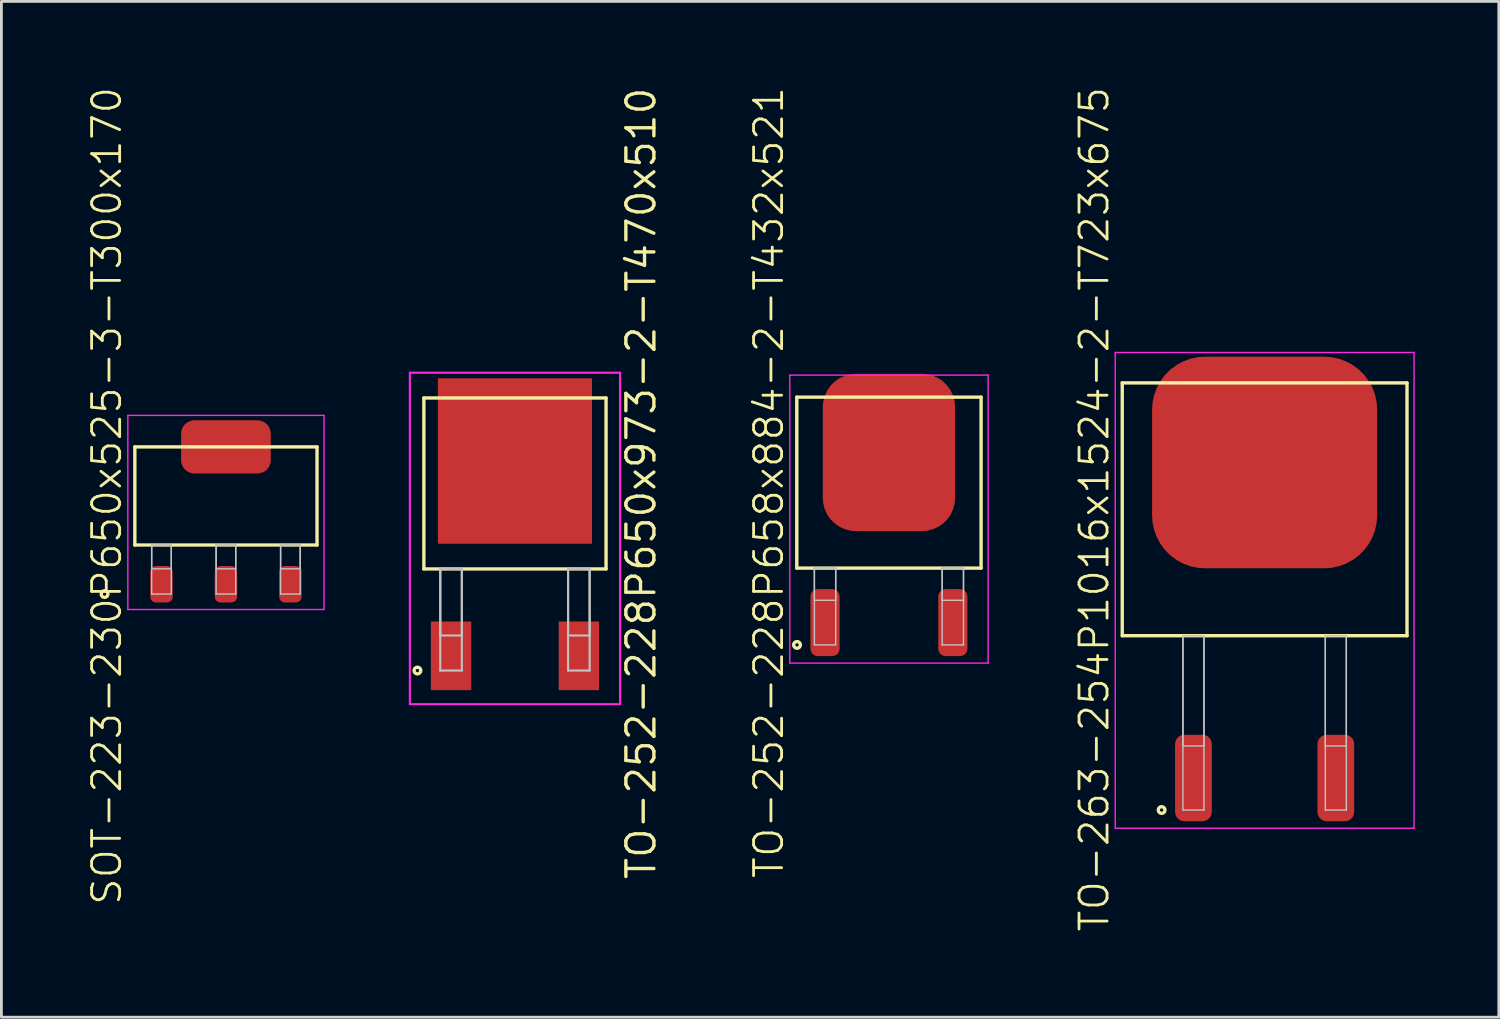
<source format=kicad_pcb>
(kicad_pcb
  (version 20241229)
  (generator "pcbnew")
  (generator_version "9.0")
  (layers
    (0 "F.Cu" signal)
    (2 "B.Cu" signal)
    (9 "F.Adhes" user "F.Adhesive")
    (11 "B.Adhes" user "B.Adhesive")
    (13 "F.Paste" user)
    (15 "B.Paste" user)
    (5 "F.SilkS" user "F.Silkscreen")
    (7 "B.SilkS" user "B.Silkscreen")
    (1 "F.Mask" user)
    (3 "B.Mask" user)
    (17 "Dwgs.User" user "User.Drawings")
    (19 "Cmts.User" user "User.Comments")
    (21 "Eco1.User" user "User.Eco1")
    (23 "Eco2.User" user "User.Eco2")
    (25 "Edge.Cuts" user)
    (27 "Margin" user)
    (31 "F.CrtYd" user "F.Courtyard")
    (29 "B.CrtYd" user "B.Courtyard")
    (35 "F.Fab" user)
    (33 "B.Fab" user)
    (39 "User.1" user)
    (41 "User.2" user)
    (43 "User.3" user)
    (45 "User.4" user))
  (footprint "TO-263-254P1016x1524-2-T723x675"
    (layer "F.Cu")
    (at 42.07 15.121)
    (property "Reference" "TO-263-254P1016x1524-2-T723x675" (at -6.08 0 90) (layer "F.SilkS") (effects (font (size 1 1) (thickness 0.1))))
    (attr through_hole)
    (fp_line (start -5.08 -4.51) (end -5.08 4.51) (stroke (width 0.12) (type solid)) (layer "F.SilkS"))
    (fp_line (start -5.08 4.51) (end 5.08 4.51) (stroke (width 0.12) (type solid)) (layer "F.SilkS"))
    (fp_line (start 5.08 -4.51) (end -5.08 -4.51) (stroke (width 0.12) (type solid)) (layer "F.SilkS"))
    (fp_line (start 5.08 4.51) (end 5.08 -4.51) (stroke (width 0.12) (type solid)) (layer "F.SilkS"))
    (fp_circle (center -3.675 10.73) (end -3.555 10.73) (stroke (width 0.12) (type solid)) (fill no) (layer "F.SilkS"))
    (fp_line (start -2.915 4.51) (end -2.915 8.445) (stroke (width 0.05) (type solid)) (layer "Dwgs.User"))
    (fp_line (start -2.915 4.51) (end -2.915 10.73) (stroke (width 0.05) (type solid)) (layer "Dwgs.User"))
    (fp_line (start -2.915 8.445) (end -2.165 8.445) (stroke (width 0.05) (type solid)) (layer "Dwgs.User"))
    (fp_line (start -2.915 10.73) (end -2.165 10.73) (stroke (width 0.05) (type solid)) (layer "Dwgs.User"))
    (fp_line (start -2.165 4.51) (end -2.915 4.51) (stroke (width 0.05) (type solid)) (layer "Dwgs.User"))
    (fp_line (start -2.165 4.51) (end -2.915 4.51) (stroke (width 0.05) (type solid)) (layer "Dwgs.User"))
    (fp_line (start -2.165 8.445) (end -2.165 4.51) (stroke (width 0.05) (type solid)) (layer "Dwgs.User"))
    (fp_line (start -2.165 10.73) (end -2.165 4.51) (stroke (width 0.05) (type solid)) (layer "Dwgs.User"))
    (fp_line (start 2.165 4.51) (end 2.165 8.445) (stroke (width 0.05) (type solid)) (layer "Dwgs.User"))
    (fp_line (start 2.165 4.51) (end 2.165 10.73) (stroke (width 0.05) (type solid)) (layer "Dwgs.User"))
    (fp_line (start 2.165 8.445) (end 2.915 8.445) (stroke (width 0.05) (type solid)) (layer "Dwgs.User"))
    (fp_line (start 2.165 10.73) (end 2.915 10.73) (stroke (width 0.05) (type solid)) (layer "Dwgs.User"))
    (fp_line (start 2.915 4.51) (end 2.165 4.51) (stroke (width 0.05) (type solid)) (layer "Dwgs.User"))
    (fp_line (start 2.915 4.51) (end 2.165 4.51) (stroke (width 0.05) (type solid)) (layer "Dwgs.User"))
    (fp_line (start 2.915 8.445) (end 2.915 4.51) (stroke (width 0.05) (type solid)) (layer "Dwgs.User"))
    (fp_line (start 2.915 10.73) (end 2.915 4.51) (stroke (width 0.05) (type solid)) (layer "Dwgs.User"))
    (fp_line (start -5.33 -5.595) (end -5.33 11.38) (stroke (width 0.05) (type solid)) (layer "F.CrtYd"))
    (fp_line (start -5.33 11.38) (end 5.33 11.38) (stroke (width 0.05) (type solid)) (layer "F.CrtYd"))
    (fp_line (start 5.33 -5.595) (end -5.33 -5.595) (stroke (width 0.05) (type solid)) (layer "F.CrtYd"))
    (fp_line (start 5.33 11.38) (end 5.33 -5.595) (stroke (width 0.05) (type solid)) (layer "F.CrtYd"))
    (pad "1" smd roundrect (at -2.54 9.587) (size 1.31 3.085) (layers "F.Cu" "F.Mask" "F.Paste") (roundrect_rratio 0.25))
    (pad "2" smd roundrect (at 2.54 9.587) (size 1.31 3.085) (layers "F.Cu" "F.Mask" "F.Paste") (roundrect_rratio 0.25))
    (pad "3" smd roundrect (at 0 -1.67) (size 8.03 7.55) (layers "F.Cu" "F.Mask" "F.Paste") (roundrect_rratio 0.25)))
  (footprint "TO-252-228P658x884-2-T432x521"
    (layer "F.Cu")
    (at 28.666 14.169)
    (property "Reference" "TO-252-228P658x884-2-T432x521" (at -4.287 0 90) (layer "F.SilkS") (effects (font (size 1 1) (thickness 0.1))))
    (attr through_hole)
    (fp_line (start -3.288 -3.05) (end -3.288 3.05) (stroke (width 0.12) (type solid)) (layer "F.SilkS"))
    (fp_line (start -3.288 3.05) (end 3.288 3.05) (stroke (width 0.12) (type solid)) (layer "F.SilkS"))
    (fp_line (start 3.288 -3.05) (end -3.288 -3.05) (stroke (width 0.12) (type solid)) (layer "F.SilkS"))
    (fp_line (start 3.288 3.05) (end 3.288 -3.05) (stroke (width 0.12) (type solid)) (layer "F.SilkS"))
    (fp_circle (center -3.28 5.79) (end -3.16 5.79) (stroke (width 0.12) (type solid)) (fill no) (layer "F.SilkS"))
    (fp_line (start -2.66 3.05) (end -2.66 4.2) (stroke (width 0.05) (type solid)) (layer "Dwgs.User"))
    (fp_line (start -2.66 3.05) (end -2.66 5.79) (stroke (width 0.05) (type solid)) (layer "Dwgs.User"))
    (fp_line (start -2.66 4.2) (end -1.9 4.2) (stroke (width 0.05) (type solid)) (layer "Dwgs.User"))
    (fp_line (start -2.66 5.79) (end -1.9 5.79) (stroke (width 0.05) (type solid)) (layer "Dwgs.User"))
    (fp_line (start -1.9 3.05) (end -2.66 3.05) (stroke (width 0.05) (type solid)) (layer "Dwgs.User"))
    (fp_line (start -1.9 3.05) (end -2.66 3.05) (stroke (width 0.05) (type solid)) (layer "Dwgs.User"))
    (fp_line (start -1.9 4.2) (end -1.9 3.05) (stroke (width 0.05) (type solid)) (layer "Dwgs.User"))
    (fp_line (start -1.9 5.79) (end -1.9 3.05) (stroke (width 0.05) (type solid)) (layer "Dwgs.User"))
    (fp_line (start 1.9 3.05) (end 1.9 4.2) (stroke (width 0.05) (type solid)) (layer "Dwgs.User"))
    (fp_line (start 1.9 3.05) (end 1.9 5.79) (stroke (width 0.05) (type solid)) (layer "Dwgs.User"))
    (fp_line (start 1.9 4.2) (end 2.66 4.2) (stroke (width 0.05) (type solid)) (layer "Dwgs.User"))
    (fp_line (start 1.9 5.79) (end 2.66 5.79) (stroke (width 0.05) (type solid)) (layer "Dwgs.User"))
    (fp_line (start 2.66 3.05) (end 1.9 3.05) (stroke (width 0.05) (type solid)) (layer "Dwgs.User"))
    (fp_line (start 2.66 3.05) (end 1.9 3.05) (stroke (width 0.05) (type solid)) (layer "Dwgs.User"))
    (fp_line (start 2.66 4.2) (end 2.66 3.05) (stroke (width 0.05) (type solid)) (layer "Dwgs.User"))
    (fp_line (start 2.66 5.79) (end 2.66 3.05) (stroke (width 0.05) (type solid)) (layer "Dwgs.User"))
    (fp_line (start -3.538 -3.837) (end -3.538 6.44) (stroke (width 0.05) (type solid)) (layer "F.CrtYd"))
    (fp_line (start -3.538 6.44) (end 3.538 6.44) (stroke (width 0.05) (type solid)) (layer "F.CrtYd"))
    (fp_line (start 3.538 -3.837) (end -3.538 -3.837) (stroke (width 0.05) (type solid)) (layer "F.CrtYd"))
    (fp_line (start 3.538 6.44) (end 3.538 -3.837) (stroke (width 0.05) (type solid)) (layer "F.CrtYd"))
    (pad "1" smd roundrect (at -2.28 4.995) (size 1.04 2.39) (layers "F.Cu" "F.Mask" "F.Paste") (roundrect_rratio 0.25))
    (pad "2" smd roundrect (at 2.28 4.995) (size 1.04 2.39) (layers "F.Cu" "F.Mask" "F.Paste") (roundrect_rratio 0.25))
    (pad "3" smd roundrect (at 0 -1.075) (size 4.72 5.61) (layers "F.Cu" "F.Mask" "F.Paste") (roundrect_rratio 0.25)))
  (footprint "SOT-223-230P650x525-3-T300x170"
    (layer "F.Cu")
    (at 5.011 14.645)
    (property "Reference" "SOT-223-230P650x525-3-T300x170" (at -4.25 0 90) (layer "F.SilkS") (effects (font (size 1 1) (thickness 0.1))))
    (attr through_hole)
    (fp_line (start -3.25 -1.75) (end -3.25 1.75) (stroke (width 0.12) (type solid)) (layer "F.SilkS"))
    (fp_line (start -3.25 1.75) (end 3.25 1.75) (stroke (width 0.12) (type solid)) (layer "F.SilkS"))
    (fp_line (start 3.25 -1.75) (end -3.25 -1.75) (stroke (width 0.12) (type solid)) (layer "F.SilkS"))
    (fp_line (start 3.25 1.75) (end 3.25 -1.75) (stroke (width 0.12) (type solid)) (layer "F.SilkS"))
    (fp_circle (center -4.33 3.5) (end -4.21 3.5) (stroke (width 0.12) (type solid)) (fill no) (layer "F.SilkS"))
    (fp_line (start -2.65 1.75) (end -2.65 2.6) (stroke (width 0.05) (type solid)) (layer "Dwgs.User"))
    (fp_line (start -2.65 1.75) (end -2.65 3.5) (stroke (width 0.05) (type solid)) (layer "Dwgs.User"))
    (fp_line (start -2.65 2.6) (end -1.95 2.6) (stroke (width 0.05) (type solid)) (layer "Dwgs.User"))
    (fp_line (start -2.65 3.5) (end -1.95 3.5) (stroke (width 0.05) (type solid)) (layer "Dwgs.User"))
    (fp_line (start -1.95 1.75) (end -2.65 1.75) (stroke (width 0.05) (type solid)) (layer "Dwgs.User"))
    (fp_line (start -1.95 1.75) (end -2.65 1.75) (stroke (width 0.05) (type solid)) (layer "Dwgs.User"))
    (fp_line (start -1.95 2.6) (end -1.95 1.75) (stroke (width 0.05) (type solid)) (layer "Dwgs.User"))
    (fp_line (start -1.95 3.5) (end -1.95 1.75) (stroke (width 0.05) (type solid)) (layer "Dwgs.User"))
    (fp_line (start -0.35 1.75) (end -0.35 2.6) (stroke (width 0.05) (type solid)) (layer "Dwgs.User"))
    (fp_line (start -0.35 1.75) (end -0.35 3.5) (stroke (width 0.05) (type solid)) (layer "Dwgs.User"))
    (fp_line (start -0.35 2.6) (end 0.35 2.6) (stroke (width 0.05) (type solid)) (layer "Dwgs.User"))
    (fp_line (start -0.35 3.5) (end 0.35 3.5) (stroke (width 0.05) (type solid)) (layer "Dwgs.User"))
    (fp_line (start 0.35 1.75) (end -0.35 1.75) (stroke (width 0.05) (type solid)) (layer "Dwgs.User"))
    (fp_line (start 0.35 1.75) (end -0.35 1.75) (stroke (width 0.05) (type solid)) (layer "Dwgs.User"))
    (fp_line (start 0.35 2.6) (end 0.35 1.75) (stroke (width 0.05) (type solid)) (layer "Dwgs.User"))
    (fp_line (start 0.35 3.5) (end 0.35 1.75) (stroke (width 0.05) (type solid)) (layer "Dwgs.User"))
    (fp_line (start 1.95 1.75) (end 1.95 2.6) (stroke (width 0.05) (type solid)) (layer "Dwgs.User"))
    (fp_line (start 1.95 1.75) (end 1.95 3.5) (stroke (width 0.05) (type solid)) (layer "Dwgs.User"))
    (fp_line (start 1.95 2.6) (end 2.65 2.6) (stroke (width 0.05) (type solid)) (layer "Dwgs.User"))
    (fp_line (start 1.95 3.5) (end 2.65 3.5) (stroke (width 0.05) (type solid)) (layer "Dwgs.User"))
    (fp_line (start 2.65 1.75) (end 1.95 1.75) (stroke (width 0.05) (type solid)) (layer "Dwgs.User"))
    (fp_line (start 2.65 1.75) (end 1.95 1.75) (stroke (width 0.05) (type solid)) (layer "Dwgs.User"))
    (fp_line (start 2.65 2.6) (end 2.65 1.75) (stroke (width 0.05) (type solid)) (layer "Dwgs.User"))
    (fp_line (start 2.65 3.5) (end 2.65 1.75) (stroke (width 0.05) (type solid)) (layer "Dwgs.User"))
    (fp_line (start -3.5 -2.875) (end -3.5 4.05) (stroke (width 0.05) (type solid)) (layer "F.CrtYd"))
    (fp_line (start -3.5 4.05) (end 3.5 4.05) (stroke (width 0.05) (type solid)) (layer "F.CrtYd"))
    (fp_line (start 3.5 -2.875) (end -3.5 -2.875) (stroke (width 0.05) (type solid)) (layer "F.CrtYd"))
    (fp_line (start 3.5 4.05) (end 3.5 -2.875) (stroke (width 0.05) (type solid)) (layer "F.CrtYd"))
    (pad "1" smd roundrect (at -2.3 3.15) (size 0.8 1.3) (layers "F.Cu" "F.Mask" "F.Paste") (roundrect_rratio 0.25))
    (pad "2" smd roundrect (at 0 3.15) (size 0.8 1.3) (layers "F.Cu" "F.Mask" "F.Paste") (roundrect_rratio 0.25))
    (pad "3" smd roundrect (at 2.3 3.15) (size 0.8 1.3) (layers "F.Cu" "F.Mask" "F.Paste") (roundrect_rratio 0.25))
    (pad "4" smd roundrect (at 0 -1.75) (size 3.2 1.9) (layers "F.Cu" "F.Mask" "F.Paste") (roundrect_rratio 0.25)))
  (footprint "TO-252-228P650x973-2-T470x510"
    (layer "F.Cu")
    (at 15.323 14.199)
    (property "Reference" "TO-252-228P650x973-2-T470x510" (at 4.5 0 90) (layer "F.SilkS") (effects (font (size 1 1) (thickness 0.12))))
    (attr through_hole)
    (fp_line (start -3.25 -3.05) (end -3.25 3.05) (stroke (width 0.12) (type solid)) (layer "F.SilkS"))
    (fp_line (start -3.25 3.05) (end 3.25 3.05) (stroke (width 0.12) (type solid)) (layer "F.SilkS"))
    (fp_line (start 3.25 -3.05) (end -3.25 -3.05) (stroke (width 0.12) (type solid)) (layer "F.SilkS"))
    (fp_line (start 3.25 3.05) (end 3.25 -3.05) (stroke (width 0.12) (type solid)) (layer "F.SilkS"))
    (fp_circle (center -3.48 6.675) (end -3.36 6.675) (stroke (width 0.12) (type solid)) (fill no) (layer "F.SilkS"))
    (fp_line (start -2.665 3.05) (end -2.665 5.425) (stroke (width 0.075) (type solid)) (layer "Dwgs.User"))
    (fp_line (start -2.665 3.05) (end -2.665 6.675) (stroke (width 0.075) (type solid)) (layer "Dwgs.User"))
    (fp_line (start -2.665 5.425) (end -1.895 5.425) (stroke (width 0.075) (type solid)) (layer "Dwgs.User"))
    (fp_line (start -2.665 6.675) (end -1.895 6.675) (stroke (width 0.075) (type solid)) (layer "Dwgs.User"))
    (fp_line (start -1.895 3.05) (end -2.665 3.05) (stroke (width 0.075) (type solid)) (layer "Dwgs.User"))
    (fp_line (start -1.895 3.05) (end -2.665 3.05) (stroke (width 0.075) (type solid)) (layer "Dwgs.User"))
    (fp_line (start -1.895 5.425) (end -1.895 3.05) (stroke (width 0.075) (type solid)) (layer "Dwgs.User"))
    (fp_line (start -1.895 6.675) (end -1.895 3.05) (stroke (width 0.075) (type solid)) (layer "Dwgs.User"))
    (fp_line (start 1.895 3.05) (end 1.895 5.425) (stroke (width 0.075) (type solid)) (layer "Dwgs.User"))
    (fp_line (start 1.895 3.05) (end 1.895 6.675) (stroke (width 0.075) (type solid)) (layer "Dwgs.User"))
    (fp_line (start 1.895 5.425) (end 2.665 5.425) (stroke (width 0.075) (type solid)) (layer "Dwgs.User"))
    (fp_line (start 1.895 6.675) (end 2.665 6.675) (stroke (width 0.075) (type solid)) (layer "Dwgs.User"))
    (fp_line (start 2.665 3.05) (end 1.895 3.05) (stroke (width 0.075) (type solid)) (layer "Dwgs.User"))
    (fp_line (start 2.665 3.05) (end 1.895 3.05) (stroke (width 0.075) (type solid)) (layer "Dwgs.User"))
    (fp_line (start 2.665 5.425) (end 2.665 3.05) (stroke (width 0.075) (type solid)) (layer "Dwgs.User"))
    (fp_line (start 2.665 6.675) (end 2.665 3.05) (stroke (width 0.075) (type solid)) (layer "Dwgs.User"))
    (fp_line (start -0.75 0) (end 0.75 0) (stroke (width 0.12) (type solid)) (layer "Eco1.User"))
    (fp_line (start 0 -0.75) (end 0 0.75) (stroke (width 0.12) (type solid)) (layer "Eco1.User"))
    (fp_circle (center 0 0) (end 0.5 0) (stroke (width 0.12) (type solid)) (fill no) (layer "Eco1.User"))
    (fp_line (start -3.75 -3.95) (end -3.75 7.875) (stroke (width 0.075) (type solid)) (layer "F.CrtYd"))
    (fp_line (start -3.75 7.875) (end 3.75 7.875) (stroke (width 0.075) (type solid)) (layer "F.CrtYd"))
    (fp_line (start 3.75 -3.95) (end -3.75 -3.95) (stroke (width 0.075) (type solid)) (layer "F.CrtYd"))
    (fp_line (start 3.75 7.875) (end 3.75 -3.95) (stroke (width 0.075) (type solid)) (layer "F.CrtYd"))
    (pad "1" smd rect (at -2.28 6.15) (size 1.44 2.45) (layers "F.Cu" "F.Mask" "F.Paste"))
    (pad "2" smd rect (at 2.28 6.15) (size 1.44 2.45) (layers "F.Cu" "F.Mask" "F.Paste"))
    (pad "3" smd rect (at 0 -0.8) (size 5.5 5.9) (layers "F.Cu" "F.Mask" "F.Paste")))
  (gr_rect
    (start -3 -3)
    (end 50.425 33.243)
    (stroke (width 0.1) (type default))
    (fill no)
    (layer "Edge.Cuts")))
</source>
